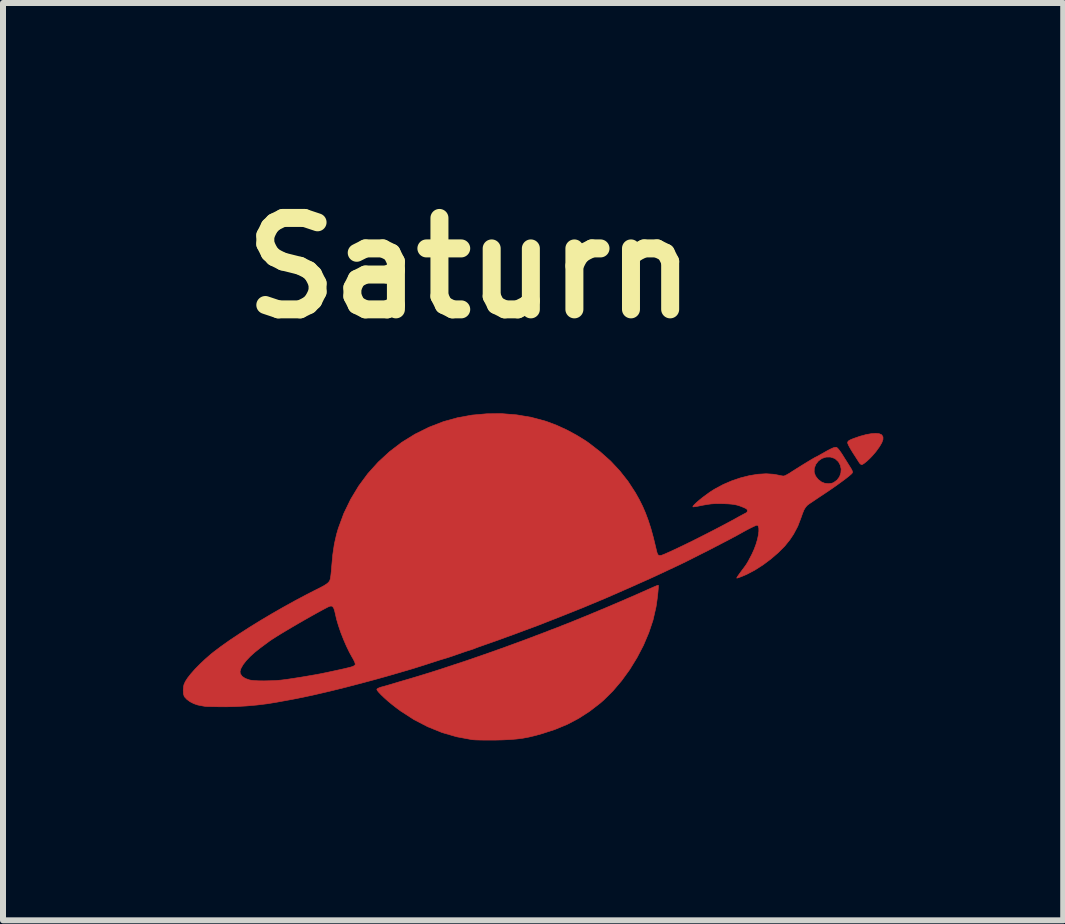
<source format=kicad_pcb>
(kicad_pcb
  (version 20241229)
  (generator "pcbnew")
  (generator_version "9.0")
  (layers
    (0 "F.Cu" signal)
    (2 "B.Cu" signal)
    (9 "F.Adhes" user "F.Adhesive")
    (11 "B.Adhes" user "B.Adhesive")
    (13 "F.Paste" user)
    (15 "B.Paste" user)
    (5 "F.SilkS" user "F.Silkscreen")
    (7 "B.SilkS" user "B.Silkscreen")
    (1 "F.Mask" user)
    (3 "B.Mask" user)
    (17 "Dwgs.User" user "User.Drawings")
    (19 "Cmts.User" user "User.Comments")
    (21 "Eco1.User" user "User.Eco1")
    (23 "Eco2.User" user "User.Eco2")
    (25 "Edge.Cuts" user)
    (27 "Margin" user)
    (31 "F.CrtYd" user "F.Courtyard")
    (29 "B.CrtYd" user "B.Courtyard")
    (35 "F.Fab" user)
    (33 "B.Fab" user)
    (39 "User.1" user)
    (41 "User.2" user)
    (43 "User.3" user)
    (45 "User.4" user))
  (footprint "Saturn"
    (layer "F.Cu")
    (at 5.884 6.893)
    (property "Reference" "Saturn" (at -1.1 -5.475 0) (layer "F.SilkS") (effects (font (size 1.524 1.524) (thickness 0.3))))
    (attr through_hole)
    (fp_poly (pts (xy 5.722 -2.713) (xy 5.762 -2.696) (xy 5.767 -2.691) (xy 5.786 -2.659) (xy 5.786 -2.617) (xy 5.767 -2.564) (xy 5.729 -2.498) (xy 5.672 -2.419) (xy 5.655 -2.398) (xy 5.611 -2.347) (xy 5.564 -2.298) (xy 5.518 -2.255) (xy 5.477 -2.222) (xy 5.445 -2.201) (xy 5.431 -2.197) (xy 5.41 -2.207) (xy 5.393 -2.226) (xy 5.38 -2.247) (xy 5.356 -2.284) (xy 5.325 -2.333) (xy 5.289 -2.388) (xy 5.284 -2.396) (xy 5.24 -2.468) (xy 5.211 -2.522) (xy 5.197 -2.557) (xy 5.197 -2.568) (xy 5.204 -2.585) (xy 5.223 -2.601) (xy 5.258 -2.618) (xy 5.296 -2.633) (xy 5.402 -2.67) (xy 5.501 -2.697) (xy 5.589 -2.713) (xy 5.664 -2.718) (xy 5.722 -2.713)) (stroke (width 0.01) (type solid)) (fill yes) (layer "F.Cu"))
    (fp_poly (pts (xy 2.041 -0.186) (xy 2.042 -0.171) (xy 2.04 -0.136) (xy 2.036 -0.086) (xy 2.03 -0.026) (xy 2.022 0.04) (xy 2.013 0.105) (xy 2.004 0.166) (xy 1.999 0.191) (xy 1.952 0.396) (xy 1.882 0.605) (xy 1.793 0.815) (xy 1.686 1.02) (xy 1.564 1.219) (xy 1.429 1.405) (xy 1.283 1.577) (xy 1.129 1.729) (xy 1.073 1.778) (xy 0.894 1.916) (xy 0.711 2.034) (xy 0.521 2.134) (xy 0.317 2.218) (xy 0.102 2.288) (xy -0.013 2.32) (xy -0.118 2.345) (xy -0.219 2.364) (xy -0.321 2.377) (xy -0.431 2.386) (xy -0.555 2.392) (xy -0.679 2.395) (xy -0.77 2.395) (xy -0.858 2.395) (xy -0.937 2.394) (xy -1.003 2.392) (xy -1.051 2.389) (xy -1.067 2.387) (xy -1.32 2.34) (xy -1.565 2.269) (xy -1.802 2.173) (xy -2.032 2.054) (xy -2.255 1.91) (xy -2.32 1.862) (xy -2.395 1.804) (xy -2.465 1.746) (xy -2.527 1.691) (xy -2.579 1.641) (xy -2.619 1.599) (xy -2.644 1.568) (xy -2.652 1.548) (xy -2.651 1.547) (xy -2.635 1.533) (xy -2.603 1.519) (xy -2.582 1.512) (xy -2.544 1.502) (xy -2.49 1.487) (xy -2.428 1.469) (xy -2.381 1.455) (xy -2.318 1.436) (xy -2.238 1.412) (xy -2.152 1.387) (xy -2.067 1.362) (xy -2.038 1.353) (xy -1.83 1.29) (xy -1.602 1.218) (xy -1.36 1.138) (xy -1.107 1.054) (xy -0.85 0.965) (xy -0.59 0.873) (xy -0.334 0.78) (xy -0.086 0.688) (xy 0.013 0.65) (xy 0.143 0.601) (xy 0.253 0.558) (xy 0.349 0.522) (xy 0.434 0.488) (xy 0.514 0.457) (xy 0.592 0.426) (xy 0.673 0.393) (xy 0.761 0.357) (xy 0.862 0.316) (xy 0.965 0.273) (xy 1.068 0.23) (xy 1.183 0.182) (xy 1.305 0.13) (xy 1.43 0.077) (xy 1.553 0.023) (xy 1.671 -0.028) (xy 1.777 -0.075) (xy 1.869 -0.116) (xy 1.935 -0.145) (xy 1.981 -0.165) (xy 2.017 -0.18) (xy 2.038 -0.186) (xy 2.041 -0.186)) (stroke (width 0.01) (type solid)) (fill yes) (layer "F.Cu"))
    (fp_poly (pts (xy -0.32 -3.027) (xy -0.078 -2.986) (xy 0.154 -2.924) (xy 0.184 -2.914) (xy 0.346 -2.853) (xy 0.512 -2.777) (xy 0.674 -2.69) (xy 0.824 -2.598) (xy 0.876 -2.562) (xy 1.072 -2.411) (xy 1.246 -2.256) (xy 1.399 -2.092) (xy 1.536 -1.918) (xy 1.659 -1.729) (xy 1.724 -1.613) (xy 1.779 -1.503) (xy 1.828 -1.389) (xy 1.873 -1.268) (xy 1.916 -1.135) (xy 1.957 -0.987) (xy 1.998 -0.817) (xy 2.009 -0.77) (xy 2.022 -0.721) (xy 2.037 -0.692) (xy 2.06 -0.681) (xy 2.095 -0.686) (xy 2.146 -0.706) (xy 2.16 -0.712) (xy 2.263 -0.758) (xy 2.384 -0.815) (xy 2.517 -0.879) (xy 2.659 -0.949) (xy 2.805 -1.023) (xy 2.95 -1.097) (xy 3.09 -1.17) (xy 3.22 -1.239) (xy 3.334 -1.301) (xy 3.389 -1.332) (xy 3.438 -1.358) (xy 3.475 -1.378) (xy 3.495 -1.388) (xy 3.496 -1.388) (xy 3.521 -1.407) (xy 3.527 -1.435) (xy 3.518 -1.453) (xy 3.5 -1.466) (xy 3.464 -1.483) (xy 3.418 -1.501) (xy 3.406 -1.506) (xy 3.359 -1.521) (xy 3.315 -1.531) (xy 3.266 -1.538) (xy 3.206 -1.543) (xy 3.136 -1.546) (xy 3.057 -1.548) (xy 2.99 -1.547) (xy 2.926 -1.543) (xy 2.859 -1.534) (xy 2.78 -1.52) (xy 2.711 -1.506) (xy 2.667 -1.498) (xy 2.634 -1.494) (xy 2.617 -1.493) (xy 2.617 -1.494) (xy 2.621 -1.507) (xy 2.642 -1.531) (xy 2.677 -1.565) (xy 2.724 -1.605) (xy 2.778 -1.649) (xy 2.838 -1.693) (xy 2.898 -1.737) (xy 2.957 -1.775) (xy 2.985 -1.792) (xy 3.121 -1.865) (xy 3.265 -1.927) (xy 3.413 -1.977) (xy 3.56 -2.014) (xy 3.703 -2.037) (xy 3.838 -2.045) (xy 3.96 -2.037) (xy 4.017 -2.027) (xy 4.065 -2.017) (xy 4.106 -2.009) (xy 4.131 -2.007) (xy 4.152 -2.013) (xy 4.189 -2.032) (xy 4.234 -2.058) (xy 4.255 -2.072) (xy 4.639 -2.072) (xy 4.661 -2.008) (xy 4.705 -1.951) (xy 4.763 -1.907) (xy 4.814 -1.887) (xy 4.875 -1.88) (xy 4.934 -1.887) (xy 4.963 -1.898) (xy 5.021 -1.94) (xy 5.062 -1.995) (xy 5.084 -2.058) (xy 5.089 -2.124) (xy 5.075 -2.187) (xy 5.044 -2.245) (xy 4.994 -2.291) (xy 4.974 -2.303) (xy 4.907 -2.324) (xy 4.837 -2.323) (xy 4.77 -2.301) (xy 4.711 -2.26) (xy 4.668 -2.205) (xy 4.641 -2.138) (xy 4.639 -2.072) (xy 4.255 -2.072) (xy 4.26 -2.075) (xy 4.302 -2.102) (xy 4.354 -2.135) (xy 4.413 -2.172) (xy 4.473 -2.209) (xy 4.532 -2.245) (xy 4.585 -2.277) (xy 4.628 -2.302) (xy 4.657 -2.319) (xy 4.668 -2.324) (xy 4.681 -2.33) (xy 4.711 -2.346) (xy 4.753 -2.37) (xy 4.791 -2.391) (xy 4.863 -2.432) (xy 4.918 -2.46) (xy 4.958 -2.478) (xy 4.987 -2.485) (xy 5.009 -2.485) (xy 5.014 -2.484) (xy 5.031 -2.47) (xy 5.057 -2.439) (xy 5.087 -2.397) (xy 5.112 -2.359) (xy 5.149 -2.299) (xy 5.188 -2.238) (xy 5.222 -2.183) (xy 5.236 -2.161) (xy 5.264 -2.115) (xy 5.277 -2.085) (xy 5.278 -2.065) (xy 5.275 -2.059) (xy 5.257 -2.039) (xy 5.22 -2.007) (xy 5.167 -1.965) (xy 5.101 -1.916) (xy 5.024 -1.86) (xy 4.939 -1.8) (xy 4.849 -1.739) (xy 4.813 -1.715) (xy 4.745 -1.67) (xy 4.681 -1.627) (xy 4.626 -1.59) (xy 4.583 -1.561) (xy 4.557 -1.544) (xy 4.556 -1.543) (xy 4.522 -1.517) (xy 4.494 -1.484) (xy 4.469 -1.442) (xy 4.445 -1.383) (xy 4.419 -1.309) (xy 4.365 -1.168) (xy 4.295 -1.037) (xy 4.234 -0.945) (xy 4.147 -0.837) (xy 4.039 -0.729) (xy 3.917 -0.624) (xy 3.786 -0.526) (xy 3.65 -0.439) (xy 3.515 -0.368) (xy 3.44 -0.336) (xy 3.398 -0.32) (xy 3.366 -0.309) (xy 3.35 -0.305) (xy 3.348 -0.308) (xy 3.354 -0.319) (xy 3.367 -0.34) (xy 3.39 -0.373) (xy 3.425 -0.421) (xy 3.473 -0.485) (xy 3.498 -0.519) (xy 3.516 -0.547) (xy 3.542 -0.591) (xy 3.571 -0.646) (xy 3.601 -0.703) (xy 3.638 -0.785) (xy 3.669 -0.868) (xy 3.693 -0.948) (xy 3.709 -1.023) (xy 3.717 -1.088) (xy 3.716 -1.14) (xy 3.705 -1.176) (xy 3.69 -1.189) (xy 3.674 -1.185) (xy 3.639 -1.17) (xy 3.589 -1.146) (xy 3.528 -1.115) (xy 3.458 -1.077) (xy 3.426 -1.059) (xy 3.341 -1.012) (xy 3.238 -0.957) (xy 3.121 -0.896) (xy 2.996 -0.831) (xy 2.867 -0.764) (xy 2.737 -0.699) (xy 2.613 -0.636) (xy 2.497 -0.578) (xy 2.394 -0.528) (xy 2.309 -0.488) (xy 2.305 -0.486) (xy 2.234 -0.453) (xy 2.156 -0.416) (xy 2.081 -0.381) (xy 2.042 -0.363) (xy 1.98 -0.334) (xy 1.899 -0.297) (xy 1.803 -0.254) (xy 1.697 -0.207) (xy 1.586 -0.157) (xy 1.474 -0.108) (xy 1.365 -0.06) (xy 1.264 -0.016) (xy 1.175 0.023) (xy 1.103 0.054) (xy 1.079 0.063) (xy 1.009 0.093) (xy 0.936 0.123) (xy 0.869 0.151) (xy 0.819 0.172) (xy 0.776 0.19) (xy 0.713 0.215) (xy 0.636 0.246) (xy 0.548 0.281) (xy 0.453 0.319) (xy 0.357 0.357) (xy 0.264 0.393) (xy 0.177 0.427) (xy 0.102 0.457) (xy 0.042 0.48) (xy 0.014 0.491) (xy -0.176 0.561) (xy -0.344 0.624) (xy -0.493 0.678) (xy -0.627 0.727) (xy -0.746 0.769) (xy -0.838 0.801) (xy -0.897 0.822) (xy -0.949 0.84) (xy -0.989 0.855) (xy -1.01 0.863) (xy -1.034 0.873) (xy -1.074 0.887) (xy -1.122 0.902) (xy -1.124 0.902) (xy -1.178 0.92) (xy -1.245 0.943) (xy -1.311 0.966) (xy -1.328 0.972) (xy -1.388 0.993) (xy -1.448 1.013) (xy -1.498 1.029) (xy -1.512 1.033) (xy -1.556 1.046) (xy -1.615 1.064) (xy -1.676 1.084) (xy -1.695 1.09) (xy -1.868 1.146) (xy -2.056 1.205) (xy -2.257 1.264) (xy -2.467 1.325) (xy -2.682 1.385) (xy -2.898 1.443) (xy -3.113 1.499) (xy -3.322 1.552) (xy -3.522 1.6) (xy -3.709 1.643) (xy -3.88 1.68) (xy -4.031 1.71) (xy -4.051 1.714) (xy -4.127 1.728) (xy -4.198 1.741) (xy -4.26 1.752) (xy -4.307 1.761) (xy -4.324 1.764) (xy -4.477 1.789) (xy -4.646 1.81) (xy -4.824 1.826) (xy -5.003 1.836) (xy -5.174 1.84) (xy -5.213 1.839) (xy -5.294 1.839) (xy -5.369 1.837) (xy -5.433 1.836) (xy -5.482 1.835) (xy -5.51 1.833) (xy -5.512 1.833) (xy -5.548 1.827) (xy -5.597 1.818) (xy -5.64 1.809) (xy -5.704 1.787) (xy -5.766 1.755) (xy -5.819 1.716) (xy -5.857 1.675) (xy -5.864 1.663) (xy -5.876 1.621) (xy -5.879 1.565) (xy -5.874 1.505) (xy -5.867 1.47) (xy -5.845 1.42) (xy -5.805 1.358) (xy -5.749 1.287) (xy -5.715 1.249) (xy -4.932 1.249) (xy -4.929 1.286) (xy -4.898 1.332) (xy -4.846 1.367) (xy -4.776 1.392) (xy -4.751 1.397) (xy -4.695 1.403) (xy -4.62 1.407) (xy -4.532 1.408) (xy -4.439 1.406) (xy -4.346 1.403) (xy -4.261 1.396) (xy -4.216 1.391) (xy -4.134 1.38) (xy -4.035 1.365) (xy -3.926 1.348) (xy -3.813 1.329) (xy -3.703 1.31) (xy -3.603 1.292) (xy -3.52 1.275) (xy -3.499 1.271) (xy -3.375 1.244) (xy -3.273 1.222) (xy -3.192 1.204) (xy -3.13 1.189) (xy -3.083 1.177) (xy -3.05 1.166) (xy -3.029 1.155) (xy -3.017 1.145) (xy -3.012 1.135) (xy -3.013 1.123) (xy -3.015 1.11) (xy -3.027 1.081) (xy -3.046 1.043) (xy -3.061 1.018) (xy -3.108 0.933) (xy -3.158 0.83) (xy -3.207 0.717) (xy -3.253 0.6) (xy -3.292 0.485) (xy -3.323 0.381) (xy -3.339 0.311) (xy -3.355 0.241) (xy -3.371 0.194) (xy -3.39 0.168) (xy -3.414 0.159) (xy -3.446 0.167) (xy -3.472 0.179) (xy -3.557 0.224) (xy -3.652 0.276) (xy -3.754 0.333) (xy -3.86 0.393) (xy -3.966 0.454) (xy -4.07 0.515) (xy -4.168 0.573) (xy -4.258 0.627) (xy -4.335 0.675) (xy -4.398 0.715) (xy -4.442 0.745) (xy -4.451 0.752) (xy -4.466 0.763) (xy -4.497 0.786) (xy -4.539 0.817) (xy -4.589 0.854) (xy -4.593 0.857) (xy -4.684 0.929) (xy -4.764 1.001) (xy -4.831 1.072) (xy -4.882 1.138) (xy -4.916 1.198) (xy -4.932 1.249) (xy -5.715 1.249) (xy -5.68 1.209) (xy -5.6 1.128) (xy -5.512 1.045) (xy -5.418 0.963) (xy -5.372 0.926) (xy -5.25 0.834) (xy -5.109 0.734) (xy -4.95 0.628) (xy -4.778 0.517) (xy -4.595 0.404) (xy -4.405 0.291) (xy -4.211 0.18) (xy -4.016 0.072) (xy -3.824 -0.03) (xy -3.693 -0.097) (xy -3.613 -0.137) (xy -3.552 -0.169) (xy -3.508 -0.195) (xy -3.478 -0.216) (xy -3.456 -0.236) (xy -3.442 -0.255) (xy -3.436 -0.266) (xy -3.427 -0.294) (xy -3.419 -0.345) (xy -3.411 -0.416) (xy -3.404 -0.503) (xy -3.404 -0.504) (xy -3.386 -0.698) (xy -3.36 -0.873) (xy -3.323 -1.036) (xy -3.294 -1.135) (xy -3.202 -1.384) (xy -3.088 -1.619) (xy -2.954 -1.841) (xy -2.801 -2.048) (xy -2.629 -2.239) (xy -2.44 -2.413) (xy -2.236 -2.569) (xy -2.016 -2.705) (xy -1.782 -2.821) (xy -1.539 -2.915) (xy -1.307 -2.979) (xy -1.065 -3.023) (xy -0.818 -3.045) (xy -0.568 -3.047) (xy -0.32 -3.027)) (stroke (width 0.01) (type solid)) (fill yes) (layer "F.Cu"))
    (fp_poly (pts (xy 5.722 -2.713) (xy 5.762 -2.696) (xy 5.767 -2.691) (xy 5.786 -2.659) (xy 5.786 -2.617) (xy 5.767 -2.564) (xy 5.729 -2.498) (xy 5.672 -2.419) (xy 5.655 -2.398) (xy 5.611 -2.347) (xy 5.564 -2.298) (xy 5.518 -2.255) (xy 5.477 -2.222) (xy 5.445 -2.201) (xy 5.431 -2.197) (xy 5.41 -2.207) (xy 5.393 -2.226) (xy 5.38 -2.247) (xy 5.356 -2.284) (xy 5.325 -2.333) (xy 5.289 -2.388) (xy 5.284 -2.396) (xy 5.24 -2.468) (xy 5.211 -2.522) (xy 5.197 -2.557) (xy 5.197 -2.568) (xy 5.204 -2.585) (xy 5.223 -2.601) (xy 5.258 -2.618) (xy 5.296 -2.633) (xy 5.402 -2.67) (xy 5.501 -2.697) (xy 5.589 -2.713) (xy 5.664 -2.718) (xy 5.722 -2.713)) (stroke (width 0.01) (type solid)) (fill yes) (layer "F.Mask"))
    (fp_poly (pts (xy 2.041 -0.186) (xy 2.042 -0.171) (xy 2.04 -0.136) (xy 2.036 -0.086) (xy 2.03 -0.026) (xy 2.022 0.04) (xy 2.013 0.105) (xy 2.004 0.166) (xy 1.999 0.191) (xy 1.952 0.396) (xy 1.882 0.605) (xy 1.793 0.815) (xy 1.686 1.02) (xy 1.564 1.219) (xy 1.429 1.405) (xy 1.283 1.577) (xy 1.129 1.729) (xy 1.073 1.778) (xy 0.894 1.916) (xy 0.711 2.034) (xy 0.521 2.134) (xy 0.317 2.218) (xy 0.102 2.288) (xy -0.013 2.32) (xy -0.118 2.345) (xy -0.219 2.364) (xy -0.321 2.377) (xy -0.431 2.386) (xy -0.555 2.392) (xy -0.679 2.395) (xy -0.77 2.395) (xy -0.858 2.395) (xy -0.937 2.394) (xy -1.003 2.392) (xy -1.051 2.389) (xy -1.067 2.387) (xy -1.32 2.34) (xy -1.565 2.269) (xy -1.802 2.173) (xy -2.032 2.054) (xy -2.255 1.91) (xy -2.32 1.862) (xy -2.395 1.804) (xy -2.465 1.746) (xy -2.527 1.691) (xy -2.579 1.641) (xy -2.619 1.599) (xy -2.644 1.568) (xy -2.652 1.548) (xy -2.651 1.547) (xy -2.635 1.533) (xy -2.603 1.519) (xy -2.582 1.512) (xy -2.544 1.502) (xy -2.49 1.487) (xy -2.428 1.469) (xy -2.381 1.455) (xy -2.318 1.436) (xy -2.238 1.412) (xy -2.152 1.387) (xy -2.067 1.362) (xy -2.038 1.353) (xy -1.83 1.29) (xy -1.602 1.218) (xy -1.36 1.138) (xy -1.107 1.054) (xy -0.85 0.965) (xy -0.59 0.873) (xy -0.334 0.78) (xy -0.086 0.688) (xy 0.013 0.65) (xy 0.143 0.601) (xy 0.253 0.558) (xy 0.349 0.522) (xy 0.434 0.488) (xy 0.514 0.457) (xy 0.592 0.426) (xy 0.673 0.393) (xy 0.761 0.357) (xy 0.862 0.316) (xy 0.965 0.273) (xy 1.068 0.23) (xy 1.183 0.182) (xy 1.305 0.13) (xy 1.43 0.077) (xy 1.553 0.023) (xy 1.671 -0.028) (xy 1.777 -0.075) (xy 1.869 -0.116) (xy 1.935 -0.145) (xy 1.981 -0.165) (xy 2.017 -0.18) (xy 2.038 -0.186) (xy 2.041 -0.186)) (stroke (width 0.01) (type solid)) (fill yes) (layer "F.Mask"))
    (fp_poly (pts (xy -0.32 -3.027) (xy -0.078 -2.986) (xy 0.154 -2.924) (xy 0.184 -2.914) (xy 0.346 -2.853) (xy 0.512 -2.777) (xy 0.674 -2.69) (xy 0.824 -2.598) (xy 0.876 -2.562) (xy 1.072 -2.411) (xy 1.246 -2.256) (xy 1.399 -2.092) (xy 1.536 -1.918) (xy 1.659 -1.729) (xy 1.724 -1.613) (xy 1.779 -1.503) (xy 1.828 -1.389) (xy 1.873 -1.268) (xy 1.916 -1.135) (xy 1.957 -0.987) (xy 1.998 -0.817) (xy 2.009 -0.77) (xy 2.022 -0.721) (xy 2.037 -0.692) (xy 2.06 -0.681) (xy 2.095 -0.686) (xy 2.146 -0.706) (xy 2.16 -0.712) (xy 2.263 -0.758) (xy 2.384 -0.815) (xy 2.517 -0.879) (xy 2.659 -0.949) (xy 2.805 -1.023) (xy 2.95 -1.097) (xy 3.09 -1.17) (xy 3.22 -1.239) (xy 3.334 -1.301) (xy 3.389 -1.332) (xy 3.438 -1.358) (xy 3.475 -1.378) (xy 3.495 -1.388) (xy 3.496 -1.388) (xy 3.521 -1.407) (xy 3.527 -1.435) (xy 3.518 -1.453) (xy 3.5 -1.466) (xy 3.464 -1.483) (xy 3.418 -1.501) (xy 3.406 -1.506) (xy 3.359 -1.521) (xy 3.315 -1.531) (xy 3.266 -1.538) (xy 3.206 -1.543) (xy 3.136 -1.546) (xy 3.057 -1.548) (xy 2.99 -1.547) (xy 2.926 -1.543) (xy 2.859 -1.534) (xy 2.78 -1.52) (xy 2.711 -1.506) (xy 2.667 -1.498) (xy 2.634 -1.494) (xy 2.617 -1.493) (xy 2.617 -1.494) (xy 2.621 -1.507) (xy 2.642 -1.531) (xy 2.677 -1.565) (xy 2.724 -1.605) (xy 2.778 -1.649) (xy 2.838 -1.693) (xy 2.898 -1.737) (xy 2.957 -1.775) (xy 2.985 -1.792) (xy 3.121 -1.865) (xy 3.265 -1.927) (xy 3.413 -1.977) (xy 3.56 -2.014) (xy 3.703 -2.037) (xy 3.838 -2.045) (xy 3.96 -2.037) (xy 4.017 -2.027) (xy 4.065 -2.017) (xy 4.106 -2.009) (xy 4.131 -2.007) (xy 4.152 -2.013) (xy 4.189 -2.032) (xy 4.234 -2.058) (xy 4.255 -2.072) (xy 4.639 -2.072) (xy 4.661 -2.008) (xy 4.705 -1.951) (xy 4.763 -1.907) (xy 4.814 -1.887) (xy 4.875 -1.88) (xy 4.934 -1.887) (xy 4.963 -1.898) (xy 5.021 -1.94) (xy 5.062 -1.995) (xy 5.084 -2.058) (xy 5.089 -2.124) (xy 5.075 -2.187) (xy 5.044 -2.245) (xy 4.994 -2.291) (xy 4.974 -2.303) (xy 4.907 -2.324) (xy 4.837 -2.323) (xy 4.77 -2.301) (xy 4.711 -2.26) (xy 4.668 -2.205) (xy 4.641 -2.138) (xy 4.639 -2.072) (xy 4.255 -2.072) (xy 4.26 -2.075) (xy 4.302 -2.102) (xy 4.354 -2.135) (xy 4.413 -2.172) (xy 4.473 -2.209) (xy 4.532 -2.245) (xy 4.585 -2.277) (xy 4.628 -2.302) (xy 4.657 -2.319) (xy 4.668 -2.324) (xy 4.681 -2.33) (xy 4.711 -2.346) (xy 4.753 -2.37) (xy 4.791 -2.391) (xy 4.863 -2.432) (xy 4.918 -2.46) (xy 4.958 -2.478) (xy 4.987 -2.485) (xy 5.009 -2.485) (xy 5.014 -2.484) (xy 5.031 -2.47) (xy 5.057 -2.439) (xy 5.087 -2.397) (xy 5.112 -2.359) (xy 5.149 -2.299) (xy 5.188 -2.238) (xy 5.222 -2.183) (xy 5.236 -2.161) (xy 5.264 -2.115) (xy 5.277 -2.085) (xy 5.278 -2.065) (xy 5.275 -2.059) (xy 5.257 -2.039) (xy 5.22 -2.007) (xy 5.167 -1.965) (xy 5.101 -1.916) (xy 5.024 -1.86) (xy 4.939 -1.8) (xy 4.849 -1.739) (xy 4.813 -1.715) (xy 4.745 -1.67) (xy 4.681 -1.627) (xy 4.626 -1.59) (xy 4.583 -1.561) (xy 4.557 -1.544) (xy 4.556 -1.543) (xy 4.522 -1.517) (xy 4.494 -1.484) (xy 4.469 -1.442) (xy 4.445 -1.383) (xy 4.419 -1.309) (xy 4.365 -1.168) (xy 4.295 -1.037) (xy 4.234 -0.945) (xy 4.147 -0.837) (xy 4.039 -0.729) (xy 3.917 -0.624) (xy 3.786 -0.526) (xy 3.65 -0.439) (xy 3.515 -0.368) (xy 3.44 -0.336) (xy 3.398 -0.32) (xy 3.366 -0.309) (xy 3.35 -0.305) (xy 3.348 -0.308) (xy 3.354 -0.319) (xy 3.367 -0.34) (xy 3.39 -0.373) (xy 3.425 -0.421) (xy 3.473 -0.485) (xy 3.498 -0.519) (xy 3.516 -0.547) (xy 3.542 -0.591) (xy 3.571 -0.646) (xy 3.601 -0.703) (xy 3.638 -0.785) (xy 3.669 -0.868) (xy 3.693 -0.948) (xy 3.709 -1.023) (xy 3.717 -1.088) (xy 3.716 -1.14) (xy 3.705 -1.176) (xy 3.69 -1.189) (xy 3.674 -1.185) (xy 3.639 -1.17) (xy 3.589 -1.146) (xy 3.528 -1.115) (xy 3.458 -1.077) (xy 3.426 -1.059) (xy 3.341 -1.012) (xy 3.238 -0.957) (xy 3.121 -0.896) (xy 2.996 -0.831) (xy 2.867 -0.764) (xy 2.737 -0.699) (xy 2.613 -0.636) (xy 2.497 -0.578) (xy 2.394 -0.528) (xy 2.309 -0.488) (xy 2.305 -0.486) (xy 2.234 -0.453) (xy 2.156 -0.416) (xy 2.081 -0.381) (xy 2.042 -0.363) (xy 1.98 -0.334) (xy 1.899 -0.297) (xy 1.803 -0.254) (xy 1.697 -0.207) (xy 1.586 -0.157) (xy 1.474 -0.108) (xy 1.365 -0.06) (xy 1.264 -0.016) (xy 1.175 0.023) (xy 1.103 0.054) (xy 1.079 0.063) (xy 1.009 0.093) (xy 0.936 0.123) (xy 0.869 0.151) (xy 0.819 0.172) (xy 0.776 0.19) (xy 0.713 0.215) (xy 0.636 0.246) (xy 0.548 0.281) (xy 0.453 0.319) (xy 0.357 0.357) (xy 0.264 0.393) (xy 0.177 0.427) (xy 0.102 0.457) (xy 0.042 0.48) (xy 0.014 0.491) (xy -0.176 0.561) (xy -0.344 0.624) (xy -0.493 0.678) (xy -0.627 0.727) (xy -0.746 0.769) (xy -0.838 0.801) (xy -0.897 0.822) (xy -0.949 0.84) (xy -0.989 0.855) (xy -1.01 0.863) (xy -1.034 0.873) (xy -1.074 0.887) (xy -1.122 0.902) (xy -1.124 0.902) (xy -1.178 0.92) (xy -1.245 0.943) (xy -1.311 0.966) (xy -1.328 0.972) (xy -1.388 0.993) (xy -1.448 1.013) (xy -1.498 1.029) (xy -1.512 1.033) (xy -1.556 1.046) (xy -1.615 1.064) (xy -1.676 1.084) (xy -1.695 1.09) (xy -1.868 1.146) (xy -2.056 1.205) (xy -2.257 1.264) (xy -2.467 1.325) (xy -2.682 1.385) (xy -2.898 1.443) (xy -3.113 1.499) (xy -3.322 1.552) (xy -3.522 1.6) (xy -3.709 1.643) (xy -3.88 1.68) (xy -4.031 1.71) (xy -4.051 1.714) (xy -4.127 1.728) (xy -4.198 1.741) (xy -4.26 1.752) (xy -4.307 1.761) (xy -4.324 1.764) (xy -4.477 1.789) (xy -4.646 1.81) (xy -4.824 1.826) (xy -5.003 1.836) (xy -5.174 1.84) (xy -5.213 1.839) (xy -5.294 1.839) (xy -5.369 1.837) (xy -5.433 1.836) (xy -5.482 1.835) (xy -5.51 1.833) (xy -5.512 1.833) (xy -5.548 1.827) (xy -5.597 1.818) (xy -5.64 1.809) (xy -5.704 1.787) (xy -5.766 1.755) (xy -5.819 1.716) (xy -5.857 1.675) (xy -5.864 1.663) (xy -5.876 1.621) (xy -5.879 1.565) (xy -5.874 1.505) (xy -5.867 1.47) (xy -5.845 1.42) (xy -5.805 1.358) (xy -5.749 1.287) (xy -5.715 1.249) (xy -4.932 1.249) (xy -4.929 1.286) (xy -4.898 1.332) (xy -4.846 1.367) (xy -4.776 1.392) (xy -4.751 1.397) (xy -4.695 1.403) (xy -4.62 1.407) (xy -4.532 1.408) (xy -4.439 1.406) (xy -4.346 1.403) (xy -4.261 1.396) (xy -4.216 1.391) (xy -4.134 1.38) (xy -4.035 1.365) (xy -3.926 1.348) (xy -3.813 1.329) (xy -3.703 1.31) (xy -3.603 1.292) (xy -3.52 1.275) (xy -3.499 1.271) (xy -3.375 1.244) (xy -3.273 1.222) (xy -3.192 1.204) (xy -3.13 1.189) (xy -3.083 1.177) (xy -3.05 1.166) (xy -3.029 1.155) (xy -3.017 1.145) (xy -3.012 1.135) (xy -3.013 1.123) (xy -3.015 1.11) (xy -3.027 1.081) (xy -3.046 1.043) (xy -3.061 1.018) (xy -3.108 0.933) (xy -3.158 0.83) (xy -3.207 0.717) (xy -3.253 0.6) (xy -3.292 0.485) (xy -3.323 0.381) (xy -3.339 0.311) (xy -3.355 0.241) (xy -3.371 0.194) (xy -3.39 0.168) (xy -3.414 0.159) (xy -3.446 0.167) (xy -3.472 0.179) (xy -3.557 0.224) (xy -3.652 0.276) (xy -3.754 0.333) (xy -3.86 0.393) (xy -3.966 0.454) (xy -4.07 0.515) (xy -4.168 0.573) (xy -4.258 0.627) (xy -4.335 0.675) (xy -4.398 0.715) (xy -4.442 0.745) (xy -4.451 0.752) (xy -4.466 0.763) (xy -4.497 0.786) (xy -4.539 0.817) (xy -4.589 0.854) (xy -4.593 0.857) (xy -4.684 0.929) (xy -4.764 1.001) (xy -4.831 1.072) (xy -4.882 1.138) (xy -4.916 1.198) (xy -4.932 1.249) (xy -5.715 1.249) (xy -5.68 1.209) (xy -5.6 1.128) (xy -5.512 1.045) (xy -5.418 0.963) (xy -5.372 0.926) (xy -5.25 0.834) (xy -5.109 0.734) (xy -4.95 0.628) (xy -4.778 0.517) (xy -4.595 0.404) (xy -4.405 0.291) (xy -4.211 0.18) (xy -4.016 0.072) (xy -3.824 -0.03) (xy -3.693 -0.097) (xy -3.613 -0.137) (xy -3.552 -0.169) (xy -3.508 -0.195) (xy -3.478 -0.216) (xy -3.456 -0.236) (xy -3.442 -0.255) (xy -3.436 -0.266) (xy -3.427 -0.294) (xy -3.419 -0.345) (xy -3.411 -0.416) (xy -3.404 -0.503) (xy -3.404 -0.504) (xy -3.386 -0.698) (xy -3.36 -0.873) (xy -3.323 -1.036) (xy -3.294 -1.135) (xy -3.202 -1.384) (xy -3.088 -1.619) (xy -2.954 -1.841) (xy -2.801 -2.048) (xy -2.629 -2.239) (xy -2.44 -2.413) (xy -2.236 -2.569) (xy -2.016 -2.705) (xy -1.782 -2.821) (xy -1.539 -2.915) (xy -1.307 -2.979) (xy -1.065 -3.023) (xy -0.818 -3.045) (xy -0.568 -3.047) (xy -0.32 -3.027)) (stroke (width 0.01) (type solid)) (fill yes) (layer "F.Mask")))
  (gr_rect
    (start -3 -3)
    (end 14.675 12.293)
    (stroke (width 0.1) (type default))
    (fill no)
    (layer "Edge.Cuts")))
</source>
